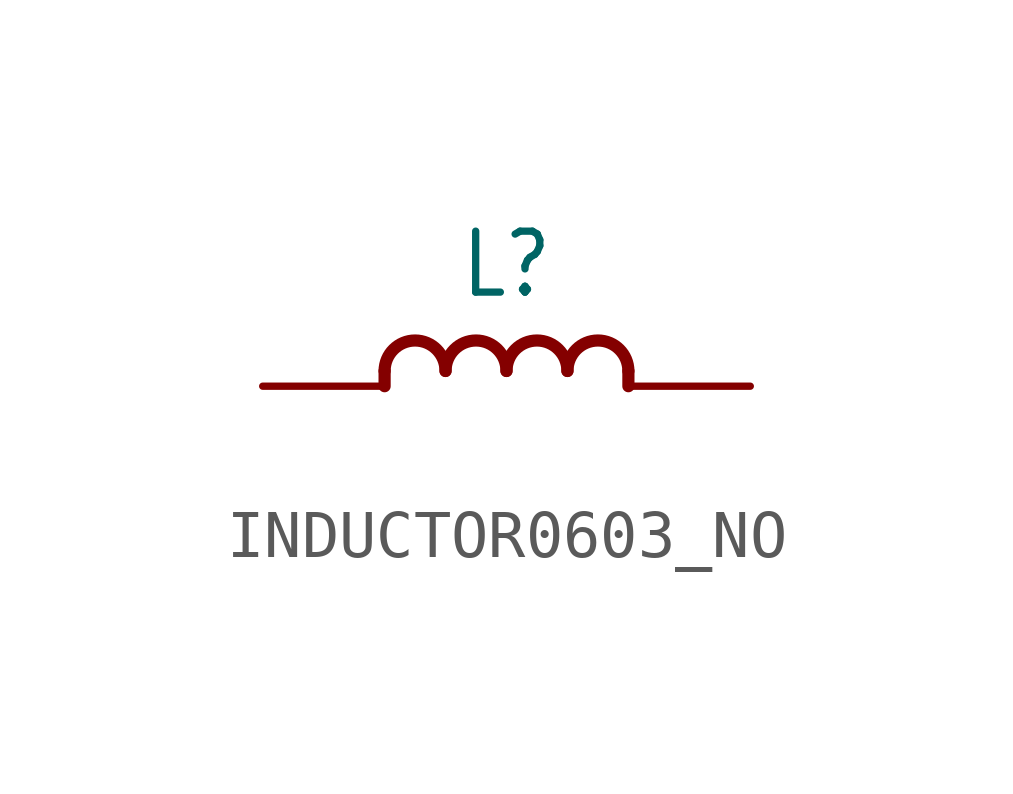
<source format=kicad_sym>
(kicad_symbol_lib
  (version 20241209)
  (generator "kicad_symbol_editor")
  (generator_version "9.0")
  (symbol "INDUCTOR0603_NO"
    (property "Reference" "L"
      (at 0 2.54 0)
      (effects (font (size 1.27 1.079))))
    (property "Value" ""
      (at 0 -1.54 0)
      (effects (font (size 1.27 1.079))))
    (property "ki_locked" ""
      (at 0 0 0)
      (effects (font (size 1.27 1.27))))
    (symbol "INDUCTOR0603_NO_1_0"
      (polyline (pts (xy -2.54 0.318) (xy -2.54 0)) (stroke (width 0.254) (type solid)) (fill (type none)))
      (arc (start -2.54 0.3175) (mid -1.9049 0.9524) (end -1.27 0.3173) (stroke (width 0.254) (type solid)) (fill (type none)))
      (arc (start -1.27 0.3175) (mid -0.6349 0.9524) (end 0 0.3173) (stroke (width 0.254) (type solid)) (fill (type none)))
      (arc (start 0 0.3175) (mid 0.6351 0.9524) (end 1.27 0.3173) (stroke (width 0.254) (type solid)) (fill (type none)))
      (arc (start 1.27 0.3175) (mid 1.9051 0.9524) (end 2.54 0.3173) (stroke (width 0.254) (type solid)) (fill (type none)))
      (polyline (pts (xy 2.54 0.318) (xy 2.54 0)) (stroke (width 0.254) (type solid)) (fill (type none)))
      (pin passive line (at -5.08 0 0) (length 2.54) (name "1" (effects (font (size 0 0)))) (number "1" (effects (font (size 0 0)))))
      (pin passive line (at 5.08 0 180) (length 2.54) (name "2" (effects (font (size 0 0)))) (number "2" (effects (font (size 0 0))))))))
</source>
